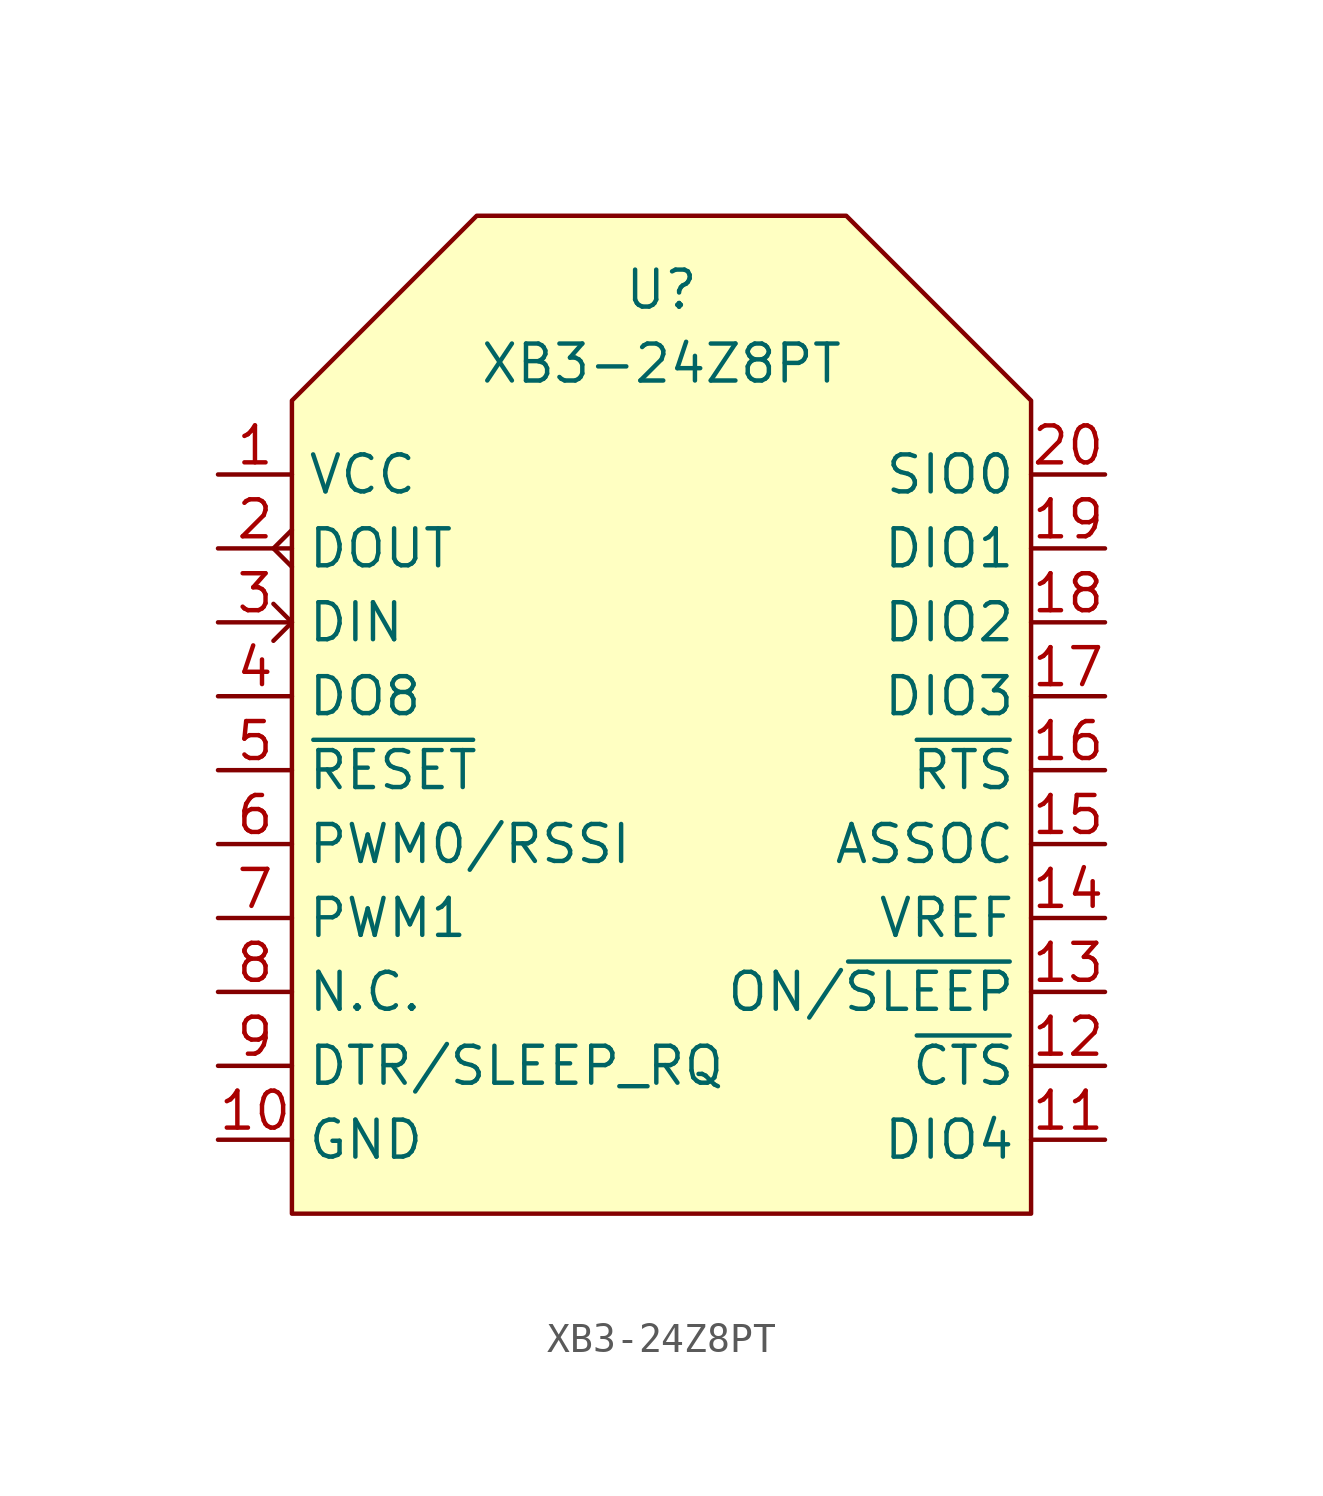
<source format=kicad_sym>
(kicad_symbol_lib
  (version 20211014)
  (generator kicad_symbol_editor)
  (symbol "XB3-24Z8PT"
    (property "Reference" "U"
      (at 0 15.24 0)
      (effects (font (size 1.27 1.27))))
    (property "Value" "XB3-24Z8PT"
      (at 0 12.7 0)
      (effects (font (size 1.27 1.27))))
    (symbol "XB3-24Z8PT_0_1"
      (polyline (pts (xy -13.335 4.445) (xy -12.7 3.81) (xy -13.335 3.175)) (stroke (width 0) (type default) (color 0 0 0 0)) (fill (type none)))
      (polyline (pts (xy -12.7 6.985) (xy -13.335 6.35) (xy -12.7 5.715)) (stroke (width 0) (type default) (color 0 0 0 0)) (fill (type none)))
      (polyline (pts (xy -12.7 -16.51) (xy 12.7 -16.51) (xy 12.7 11.43) (xy 6.35 17.78) (xy -6.35 17.78) (xy -12.7 11.43) (xy -12.7 -16.51)) (stroke (width 0) (type default) (color 0 0 0 0)) (fill (type background))))
    (symbol "XB3-24Z8PT_1_1"
      (pin input line (at -15.24 8.89 0) (length 2.54) (name "VCC" (effects (font (size 1.27 1.27)))) (number "1" (effects (font (size 1.27 1.27)))))
      (pin input line (at -15.24 -13.97 0) (length 2.54) (name "GND" (effects (font (size 1.27 1.27)))) (number "10" (effects (font (size 1.27 1.27)))))
      (pin input line (at 15.24 -13.97 180) (length 2.54) (name "DIO4" (effects (font (size 1.27 1.27)))) (number "11" (effects (font (size 1.27 1.27)))))
      (pin input line (at 15.24 -11.43 180) (length 2.54) (name "~{CTS}" (effects (font (size 1.27 1.27)))) (number "12" (effects (font (size 1.27 1.27)))))
      (pin input line (at 15.24 -8.89 180) (length 2.54) (name "ON/~{SLEEP}" (effects (font (size 1.27 1.27)))) (number "13" (effects (font (size 1.27 1.27)))))
      (pin input line (at 15.24 -6.35 180) (length 2.54) (name "VREF" (effects (font (size 1.27 1.27)))) (number "14" (effects (font (size 1.27 1.27)))))
      (pin input line (at 15.24 -3.81 180) (length 2.54) (name "ASSOC" (effects (font (size 1.27 1.27)))) (number "15" (effects (font (size 1.27 1.27)))))
      (pin input line (at 15.24 -1.27 180) (length 2.54) (name "~{RTS}" (effects (font (size 1.27 1.27)))) (number "16" (effects (font (size 1.27 1.27)))))
      (pin input line (at 15.24 1.27 180) (length 2.54) (name "DIO3" (effects (font (size 1.27 1.27)))) (number "17" (effects (font (size 1.27 1.27)))))
      (pin input line (at 15.24 3.81 180) (length 2.54) (name "DIO2" (effects (font (size 1.27 1.27)))) (number "18" (effects (font (size 1.27 1.27)))))
      (pin input line (at 15.24 6.35 180) (length 2.54) (name "DIO1" (effects (font (size 1.27 1.27)))) (number "19" (effects (font (size 1.27 1.27)))))
      (pin input line (at -15.24 6.35 0) (length 2.54) (name "DOUT" (effects (font (size 1.27 1.27)))) (number "2" (effects (font (size 1.27 1.27)))))
      (pin input line (at 15.24 8.89 180) (length 2.54) (name "SIO0" (effects (font (size 1.27 1.27)))) (number "20" (effects (font (size 1.27 1.27)))))
      (pin input line (at -15.24 3.81 0) (length 2.54) (name "DIN" (effects (font (size 1.27 1.27)))) (number "3" (effects (font (size 1.27 1.27)))))
      (pin input line (at -15.24 1.27 0) (length 2.54) (name "DO8" (effects (font (size 1.27 1.27)))) (number "4" (effects (font (size 1.27 1.27)))))
      (pin input line (at -15.24 -1.27 0) (length 2.54) (name "~{RESET}" (effects (font (size 1.27 1.27)))) (number "5" (effects (font (size 1.27 1.27)))))
      (pin input line (at -15.24 -3.81 0) (length 2.54) (name "PWM0/RSSI" (effects (font (size 1.27 1.27)))) (number "6" (effects (font (size 1.27 1.27)))))
      (pin input line (at -15.24 -6.35 0) (length 2.54) (name "PWM1" (effects (font (size 1.27 1.27)))) (number "7" (effects (font (size 1.27 1.27)))))
      (pin input line (at -15.24 -8.89 0) (length 2.54) (name "N.C." (effects (font (size 1.27 1.27)))) (number "8" (effects (font (size 1.27 1.27)))))
      (pin input line (at -15.24 -11.43 0) (length 2.54) (name "DTR/SLEEP_RQ" (effects (font (size 1.27 1.27)))) (number "9" (effects (font (size 1.27 1.27))))))))
</source>
